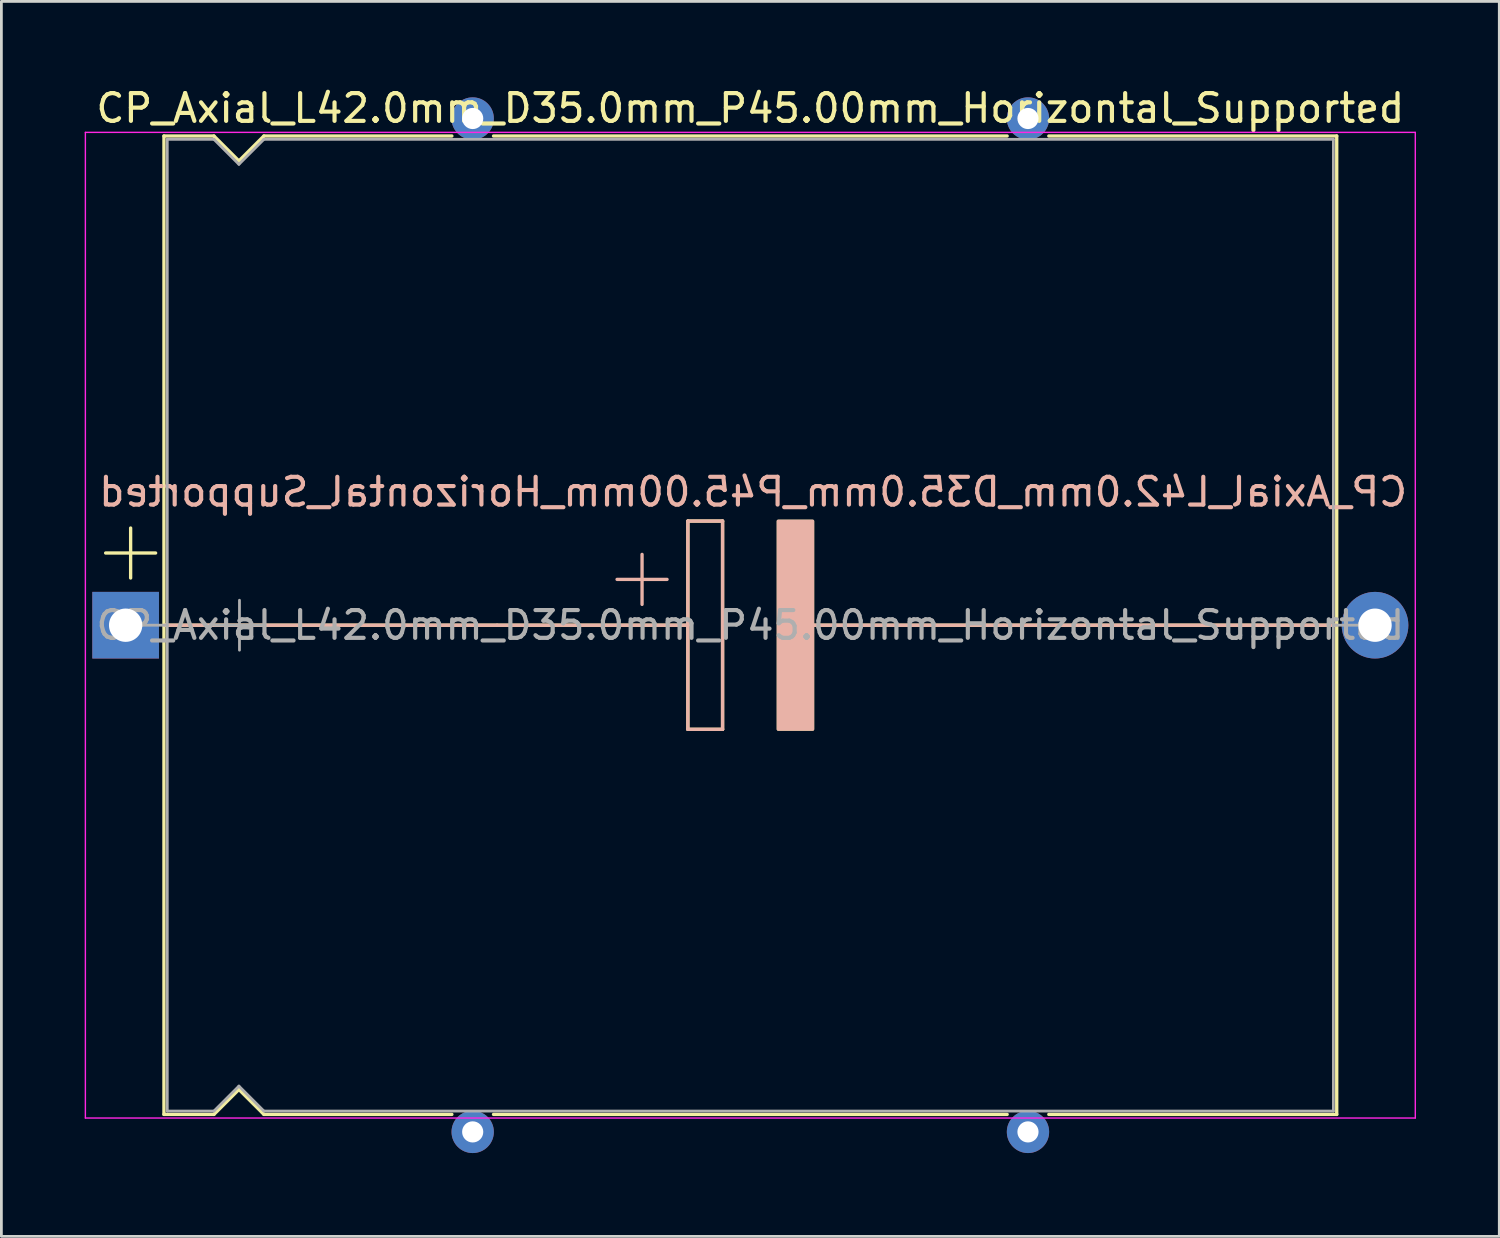
<source format=kicad_pcb>
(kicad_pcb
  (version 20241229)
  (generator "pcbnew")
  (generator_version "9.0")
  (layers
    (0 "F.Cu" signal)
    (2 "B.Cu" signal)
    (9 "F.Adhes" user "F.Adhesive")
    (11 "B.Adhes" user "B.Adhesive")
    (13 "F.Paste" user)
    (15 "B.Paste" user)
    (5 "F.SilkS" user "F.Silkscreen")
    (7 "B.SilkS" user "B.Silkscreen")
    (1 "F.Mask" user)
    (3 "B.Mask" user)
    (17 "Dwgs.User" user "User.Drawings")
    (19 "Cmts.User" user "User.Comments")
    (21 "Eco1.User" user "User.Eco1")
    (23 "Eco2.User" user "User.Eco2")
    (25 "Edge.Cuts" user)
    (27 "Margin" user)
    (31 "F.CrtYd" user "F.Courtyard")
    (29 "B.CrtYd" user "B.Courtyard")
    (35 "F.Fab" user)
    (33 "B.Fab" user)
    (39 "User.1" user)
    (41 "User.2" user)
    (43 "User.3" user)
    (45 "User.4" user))
  (footprint "CP_Axial_L42.0mm_D35.0mm_P45.00mm_Horizontal_Supported"
    (layer "F.Cu")
    (at 1.475 19.468)
    (property "Reference" "CP_Axial_L42.0mm_D35.0mm_P45.00mm_Horizontal_Supported" (at 22.5 -18.62 0) (layer "F.SilkS") (effects (font (size 1 1) (thickness 0.15))))
    (fp_line (start -0.72 -2.6) (end 1.08 -2.6) (stroke (width 0.12) (type solid)) (layer "F.SilkS"))
    (fp_line (start 0.18 -3.5) (end 0.18 -1.7) (stroke (width 0.12) (type solid)) (layer "F.SilkS"))
    (fp_line (start 1.38 -17.62) (end 1.38 17.62) (stroke (width 0.12) (type solid)) (layer "F.SilkS"))
    (fp_line (start 1.38 -17.62) (end 3.18 -17.62) (stroke (width 0.12) (type solid)) (layer "F.SilkS"))
    (fp_line (start 1.38 17.62) (end 3.18 17.62) (stroke (width 0.12) (type solid)) (layer "F.SilkS"))
    (fp_line (start 1.397 0) (end 20.25 0) (stroke (width 0.12) (type solid)) (layer "F.SilkS"))
    (fp_line (start 3.18 -17.62) (end 4.08 -16.72) (stroke (width 0.12) (type solid)) (layer "F.SilkS"))
    (fp_line (start 3.18 17.62) (end 4.08 16.72) (stroke (width 0.12) (type solid)) (layer "F.SilkS"))
    (fp_line (start 4.08 -16.72) (end 4.98 -17.62) (stroke (width 0.12) (type solid)) (layer "F.SilkS"))
    (fp_line (start 4.08 16.72) (end 4.98 17.62) (stroke (width 0.12) (type solid)) (layer "F.SilkS"))
    (fp_line (start 4.98 -17.62) (end 11.75 -17.62) (stroke (width 0.12) (type solid)) (layer "F.SilkS"))
    (fp_line (start 4.98 17.62) (end 11.75 17.62) (stroke (width 0.12) (type solid)) (layer "F.SilkS"))
    (fp_line (start 13.25 -17.62) (end 31.75 -17.62) (stroke (width 0.12) (type solid)) (layer "F.SilkS"))
    (fp_line (start 13.25 17.62) (end 31.75 17.62) (stroke (width 0.12) (type solid)) (layer "F.SilkS"))
    (fp_line (start 20.25 -3.75) (end 21.5 -3.75) (stroke (width 0.12) (type solid)) (layer "F.SilkS"))
    (fp_line (start 20.25 0) (end 20.25 -3.75) (stroke (width 0.12) (type solid)) (layer "F.SilkS"))
    (fp_line (start 20.25 3.75) (end 20.25 0) (stroke (width 0.12) (type solid)) (layer "F.SilkS"))
    (fp_line (start 21.5 -3.75) (end 21.5 3.75) (stroke (width 0.12) (type solid)) (layer "F.SilkS"))
    (fp_line (start 21.5 3.75) (end 20.25 3.75) (stroke (width 0.12) (type solid)) (layer "F.SilkS"))
    (fp_line (start 24.75 0) (end 43.561 0) (stroke (width 0.12) (type solid)) (layer "F.SilkS"))
    (fp_line (start 33.25 -17.62) (end 43.62 -17.62) (stroke (width 0.12) (type solid)) (layer "F.SilkS"))
    (fp_line (start 33.25 17.62) (end 43.62 17.62) (stroke (width 0.12) (type solid)) (layer "F.SilkS"))
    (fp_line (start 43.62 -17.62) (end 43.62 17.62) (stroke (width 0.12) (type solid)) (layer "F.SilkS"))
    (fp_poly (pts (xy 24.75 3.75) (xy 23.5 3.75) (xy 23.5 -3.75) (xy 24.75 -3.75)) (stroke (width 0.1) (type solid)) (fill yes) (layer "F.SilkS"))
    (fp_line (start 1.4 0) (end 13.38 0) (stroke (width 0.12) (type solid)) (layer "B.SilkS"))
    (fp_line (start 13.38 0) (end 20.25 0) (stroke (width 0.12) (type solid)) (layer "B.SilkS"))
    (fp_line (start 18.6 -2.55) (end 18.6 -0.75) (stroke (width 0.12) (type solid)) (layer "B.SilkS"))
    (fp_line (start 19.5 -1.65) (end 17.7 -1.65) (stroke (width 0.12) (type solid)) (layer "B.SilkS"))
    (fp_line (start 20.25 -3.75) (end 21.5 -3.75) (stroke (width 0.12) (type solid)) (layer "B.SilkS"))
    (fp_line (start 20.25 0) (end 20.25 -3.75) (stroke (width 0.12) (type solid)) (layer "B.SilkS"))
    (fp_line (start 20.25 3.75) (end 20.25 0) (stroke (width 0.12) (type solid)) (layer "B.SilkS"))
    (fp_line (start 21.5 -3.75) (end 21.5 3.75) (stroke (width 0.12) (type solid)) (layer "B.SilkS"))
    (fp_line (start 21.5 3.75) (end 20.25 3.75) (stroke (width 0.12) (type solid)) (layer "B.SilkS"))
    (fp_line (start 24.75 0) (end 31.62 0) (stroke (width 0.12) (type solid)) (layer "B.SilkS"))
    (fp_line (start 43.6 0) (end 31.62 0) (stroke (width 0.12) (type solid)) (layer "B.SilkS"))
    (fp_poly (pts (xy 24.75 3.75) (xy 23.5 3.75) (xy 23.5 -3.75) (xy 24.75 -3.75)) (stroke (width 0.1) (type solid)) (fill yes) (layer "B.SilkS"))
    (fp_line (start -1.45 -17.75) (end -1.45 17.75) (stroke (width 0.05) (type solid)) (layer "F.CrtYd"))
    (fp_line (start -1.45 17.75) (end 46.45 17.75) (stroke (width 0.05) (type solid)) (layer "F.CrtYd"))
    (fp_line (start 46.45 -17.75) (end -1.45 -17.75) (stroke (width 0.05) (type solid)) (layer "F.CrtYd"))
    (fp_line (start 46.45 17.75) (end 46.45 -17.75) (stroke (width 0.05) (type solid)) (layer "F.CrtYd"))
    (fp_line (start 0 0) (end 1.5 0) (stroke (width 0.1) (type solid)) (layer "F.Fab"))
    (fp_line (start 1.5 -17.5) (end 1.5 17.5) (stroke (width 0.1) (type solid)) (layer "F.Fab"))
    (fp_line (start 1.5 -17.5) (end 3.18 -17.5) (stroke (width 0.1) (type solid)) (layer "F.Fab"))
    (fp_line (start 1.5 17.5) (end 3.18 17.5) (stroke (width 0.1) (type solid)) (layer "F.Fab"))
    (fp_line (start 3.18 -17.5) (end 4.08 -16.6) (stroke (width 0.1) (type solid)) (layer "F.Fab"))
    (fp_line (start 3.18 17.5) (end 4.08 16.6) (stroke (width 0.1) (type solid)) (layer "F.Fab"))
    (fp_line (start 3.2 0) (end 5 0) (stroke (width 0.1) (type solid)) (layer "F.Fab"))
    (fp_line (start 4.08 -16.6) (end 4.98 -17.5) (stroke (width 0.1) (type solid)) (layer "F.Fab"))
    (fp_line (start 4.08 16.6) (end 4.98 17.5) (stroke (width 0.1) (type solid)) (layer "F.Fab"))
    (fp_line (start 4.1 -0.9) (end 4.1 0.9) (stroke (width 0.1) (type solid)) (layer "F.Fab"))
    (fp_line (start 4.98 -17.5) (end 43.5 -17.5) (stroke (width 0.1) (type solid)) (layer "F.Fab"))
    (fp_line (start 4.98 17.5) (end 43.5 17.5) (stroke (width 0.1) (type solid)) (layer "F.Fab"))
    (fp_line (start 43.5 -17.5) (end 43.5 17.5) (stroke (width 0.1) (type solid)) (layer "F.Fab"))
    (fp_line (start 45 0) (end 43.5 0) (stroke (width 0.1) (type solid)) (layer "F.Fab"))
    (fp_text user "${REFERENCE}" (at 22.6 -4.8 0) (layer "B.SilkS") (effects (font (size 1 1) (thickness 0.15)) (justify mirror)))
    (fp_text user "${REFERENCE}" (at 22.5 0 0) (layer "F.Fab") (effects (font (size 1 1) (thickness 0.15))))
    (pad "" thru_hole circle (at 12.5 -18.25) (size 1.524 1.524) (drill 0.762) (layers "*.Cu" "*.Mask"))
    (pad "" thru_hole circle (at 12.5 18.25) (size 1.524 1.524) (drill 0.762) (layers "*.Cu" "*.Mask"))
    (pad "" thru_hole circle (at 32.5 -18.25) (size 1.524 1.524) (drill 0.762) (layers "*.Cu" "*.Mask"))
    (pad "" thru_hole circle (at 32.5 18.25) (size 1.524 1.524) (drill 0.762) (layers "*.Cu" "*.Mask"))
    (pad "1" thru_hole rect (at 0 0) (size 2.4 2.4) (drill 1.2) (layers "*.Cu" "*.Mask"))
    (pad "2" thru_hole oval (at 45 0) (size 2.4 2.4) (drill 1.2) (layers "*.Cu" "*.Mask")))
  (gr_rect
    (start -3 -3)
    (end 50.95 41.48)
    (stroke (width 0.1) (type default))
    (fill no)
    (layer "Edge.Cuts")))
</source>
